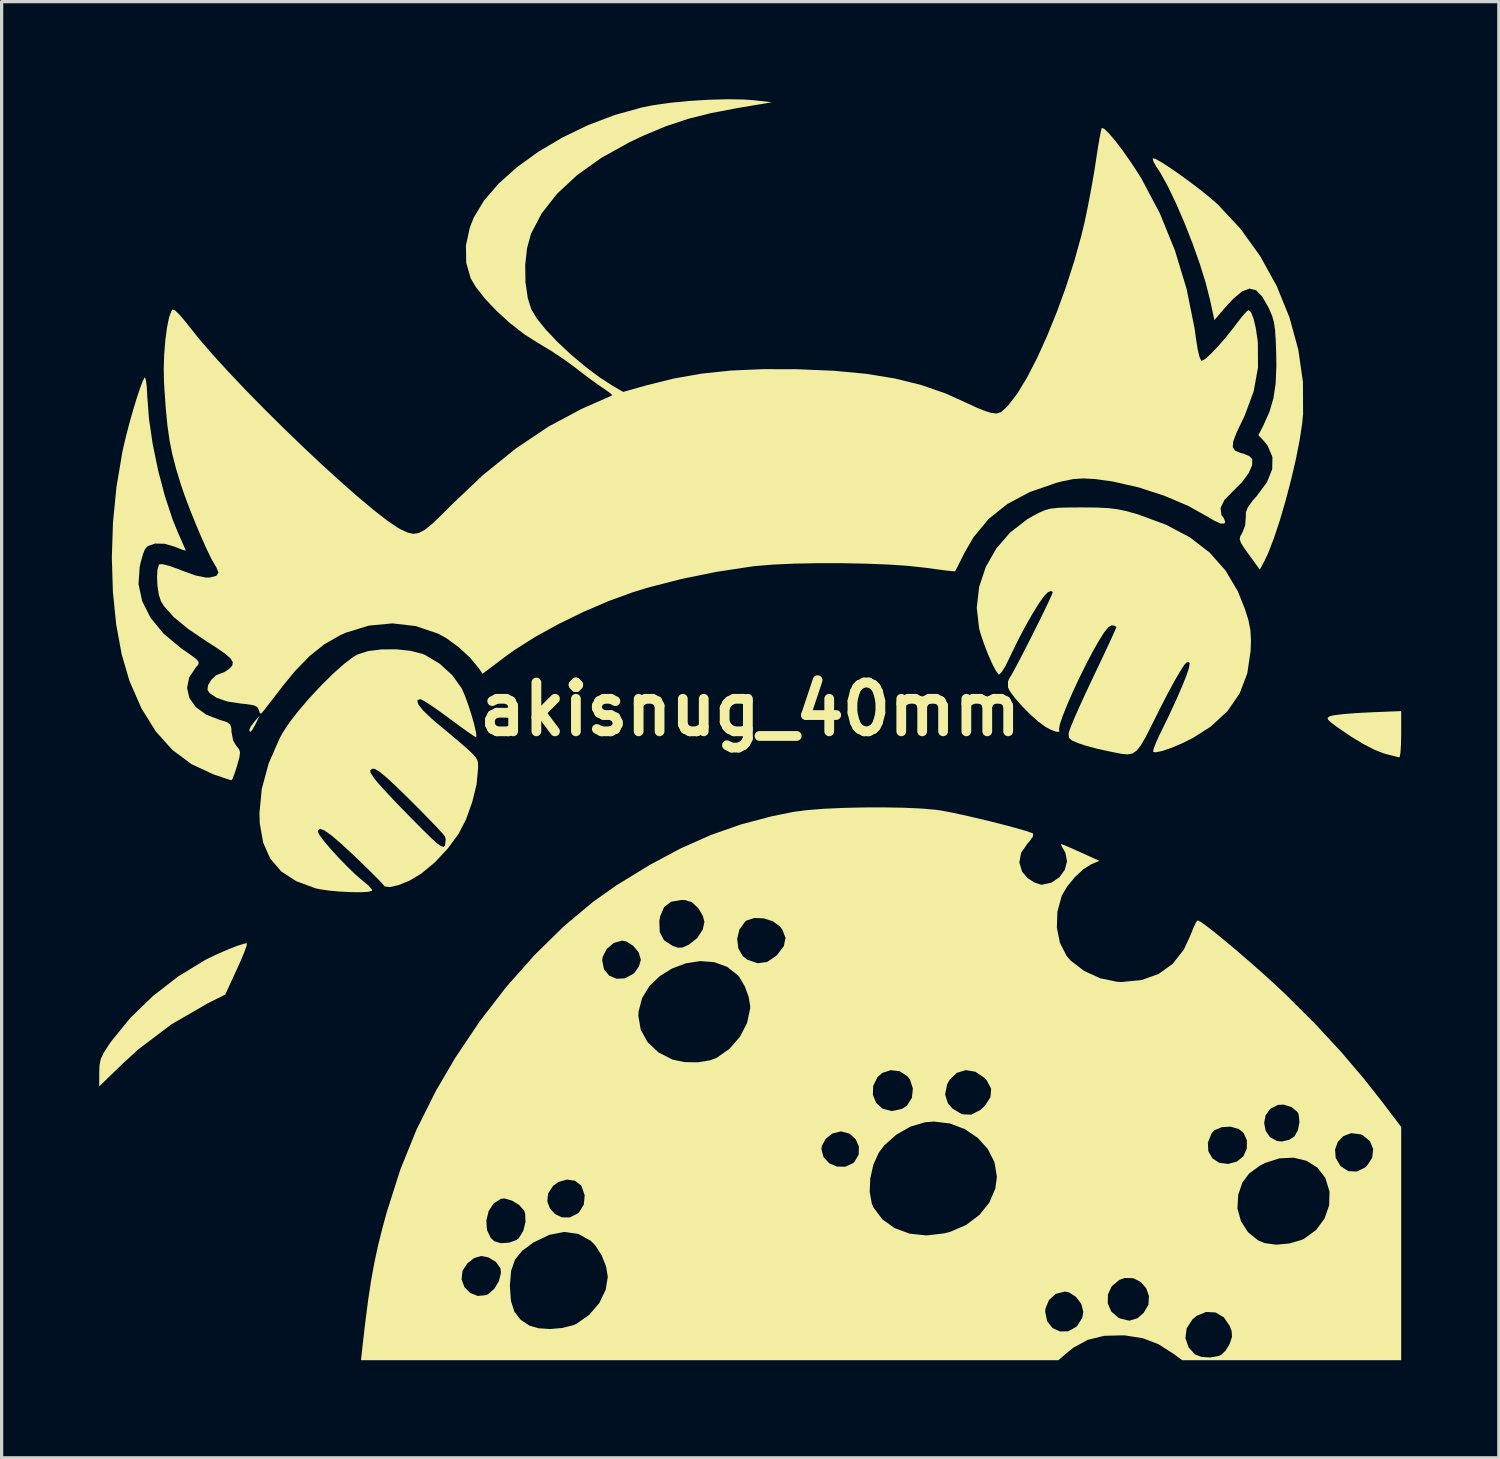
<source format=kicad_pcb>
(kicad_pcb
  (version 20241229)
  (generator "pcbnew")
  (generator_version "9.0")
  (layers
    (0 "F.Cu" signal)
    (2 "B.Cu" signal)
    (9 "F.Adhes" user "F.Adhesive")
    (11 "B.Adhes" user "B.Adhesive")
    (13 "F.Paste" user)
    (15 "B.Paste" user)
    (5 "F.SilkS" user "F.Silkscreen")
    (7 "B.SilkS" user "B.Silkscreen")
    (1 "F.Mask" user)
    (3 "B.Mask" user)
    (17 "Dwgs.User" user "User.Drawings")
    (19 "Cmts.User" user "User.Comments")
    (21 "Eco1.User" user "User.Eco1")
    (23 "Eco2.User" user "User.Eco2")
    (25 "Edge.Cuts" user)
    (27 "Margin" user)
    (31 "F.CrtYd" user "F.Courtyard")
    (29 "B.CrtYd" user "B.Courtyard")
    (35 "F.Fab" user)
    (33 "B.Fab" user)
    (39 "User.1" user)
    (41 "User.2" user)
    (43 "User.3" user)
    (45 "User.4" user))
  (footprint "akisnug_40mm"
    (layer "F.Cu")
    (at 20.007 18.748)
    (property "Reference" "akisnug_40mm" (at 0 0 0) (layer "F.SilkS") (effects (font (size 1.5 1.5) (thickness 0.3))))
    (attr board_only exclude_from_pos_files exclude_from_bom)
    (fp_poly (pts (xy -15.199 0.449) (xy -15.307 0.642) (xy -15.375 0.702) (xy -15.396 0.634) (xy -15.35 0.531) (xy -15.237 0.381) (xy -15.236 0.38) (xy -15.076 0.195)) (stroke (width 0) (type solid)) (fill yes) (layer "F.SilkS"))
    (fp_poly (pts (xy 20.007 0.771) (xy 20.001 1.082) (xy 19.986 1.323) (xy 19.963 1.46) (xy 19.949 1.478) (xy 19.846 1.455) (xy 19.644 1.403) (xy 19.475 1.358) (xy 19.2 1.252) (xy 18.848 1.071) (xy 18.465 0.839) (xy 18.353 0.764) (xy 18.046 0.553) (xy 17.854 0.411) (xy 17.759 0.32) (xy 17.746 0.263) (xy 17.799 0.224) (xy 17.83 0.21) (xy 17.977 0.179) (xy 18.243 0.148) (xy 18.592 0.12) (xy 18.985 0.099) (xy 19.011 0.097) (xy 20.007 0.057)) (stroke (width 0) (type solid)) (fill yes) (layer "F.SilkS"))
    (fp_poly (pts (xy -15.475 7.256) (xy -15.537 7.435) (xy -15.645 7.698) (xy -15.771 7.979) (xy -16.134 8.768) (xy -16.683 9.044) (xy -17.787 9.683) (xy -18.802 10.45) (xy -19.27 10.877) (xy -20.007 11.59) (xy -20.007 11.161) (xy -19.998 10.933) (xy -19.959 10.748) (xy -19.869 10.557) (xy -19.709 10.31) (xy -19.626 10.192) (xy -19.048 9.482) (xy -18.352 8.81) (xy -17.577 8.209) (xy -16.762 7.713) (xy -16.667 7.663) (xy -16.352 7.513) (xy -16.032 7.375) (xy -15.748 7.265) (xy -15.539 7.201) (xy -15.47 7.19)) (stroke (width 0) (type solid)) (fill yes) (layer "F.SilkS"))
    (fp_poly (pts (xy 12.457 -16.913) (xy 12.636 -16.813) (xy 12.889 -16.651) (xy 13.188 -16.444) (xy 13.509 -16.21) (xy 13.828 -15.968) (xy 14.118 -15.734) (xy 14.357 -15.526) (xy 14.367 -15.516) (xy 15.07 -14.765) (xy 15.677 -13.92) (xy 16.182 -13.005) (xy 16.574 -12.041) (xy 16.845 -11.051) (xy 16.988 -10.057) (xy 16.992 -9.081) (xy 16.965 -8.792) (xy 16.886 -8.271) (xy 16.769 -7.677) (xy 16.622 -7.046) (xy 16.455 -6.411) (xy 16.277 -5.803) (xy 16.096 -5.258) (xy 15.923 -4.809) (xy 15.801 -4.549) (xy 15.662 -4.292) (xy 15.393 -4.661) (xy 15.2 -4.928) (xy 15.088 -5.102) (xy 15.045 -5.219) (xy 15.059 -5.311) (xy 15.118 -5.413) (xy 15.126 -5.426) (xy 15.212 -5.652) (xy 15.23 -5.886) (xy 15.234 -6.052) (xy 15.295 -6.209) (xy 15.434 -6.401) (xy 15.574 -6.562) (xy 15.884 -6.981) (xy 16.043 -7.379) (xy 16.05 -7.752) (xy 15.905 -8.097) (xy 15.78 -8.253) (xy 15.619 -8.424) (xy 15.774 -8.728) (xy 15.957 -9.137) (xy 16.079 -9.549) (xy 16.148 -10.006) (xy 16.171 -10.548) (xy 16.166 -10.929) (xy 16.151 -11.356) (xy 16.13 -11.666) (xy 16.095 -11.897) (xy 16.041 -12.089) (xy 15.96 -12.28) (xy 15.924 -12.355) (xy 15.734 -12.686) (xy 15.545 -12.878) (xy 15.343 -12.929) (xy 15.114 -12.84) (xy 14.841 -12.612) (xy 14.603 -12.353) (xy 14.266 -11.961) (xy 14.134 -12.574) (xy 14.001 -13.099) (xy 13.816 -13.693) (xy 13.593 -14.321) (xy 13.346 -14.95) (xy 13.088 -15.546) (xy 12.834 -16.075) (xy 12.596 -16.504) (xy 12.486 -16.671) (xy 12.394 -16.828) (xy 12.37 -16.927) (xy 12.374 -16.933)) (stroke (width 0) (type solid)) (fill yes) (layer "F.SilkS"))
    (fp_poly (pts (xy -18.571 -10.109) (xy -18.546 -9.907) (xy -18.532 -9.636) (xy -18.532 -9.635) (xy -18.479 -8.931) (xy -18.364 -8.148) (xy -18.196 -7.335) (xy -17.987 -6.544) (xy -17.749 -5.824) (xy -17.576 -5.401) (xy -17.464 -5.151) (xy -17.383 -4.964) (xy -17.35 -4.878) (xy -17.35 -4.877) (xy -17.414 -4.889) (xy -17.577 -4.95) (xy -17.683 -4.994) (xy -18 -5.086) (xy -18.289 -5.093) (xy -18.51 -5.018) (xy -18.602 -4.921) (xy -18.663 -4.763) (xy -18.731 -4.522) (xy -18.762 -4.385) (xy -18.8 -3.849) (xy -18.687 -3.321) (xy -18.429 -2.809) (xy -18.032 -2.326) (xy -17.501 -1.882) (xy -17.441 -1.839) (xy -17.173 -1.654) (xy -17.016 -1.533) (xy -16.951 -1.451) (xy -16.959 -1.382) (xy -17.023 -1.304) (xy -17.032 -1.295) (xy -17.243 -0.979) (xy -17.308 -0.656) (xy -17.236 -0.344) (xy -17.036 -0.062) (xy -16.715 0.169) (xy -16.313 0.324) (xy -16.092 0.392) (xy -15.983 0.464) (xy -15.947 0.582) (xy -15.943 0.695) (xy -15.892 0.961) (xy -15.792 1.128) (xy -15.71 1.227) (xy -15.679 1.325) (xy -15.698 1.471) (xy -15.765 1.715) (xy -15.772 1.739) (xy -15.848 1.976) (xy -15.911 2.137) (xy -15.943 2.184) (xy -16.031 2.158) (xy -16.226 2.093) (xy -16.485 2.005) (xy -16.498 2) (xy -17.166 1.691) (xy -17.756 1.253) (xy -18.269 0.682) (xy -18.708 -0.024) (xy -19.077 -0.867) (xy -19.078 -0.87) (xy -19.315 -1.678) (xy -19.485 -2.598) (xy -19.587 -3.602) (xy -19.62 -4.663) (xy -19.584 -5.75) (xy -19.477 -6.835) (xy -19.299 -7.89) (xy -19.265 -8.05) (xy -19.177 -8.42) (xy -19.074 -8.815) (xy -18.962 -9.207) (xy -18.852 -9.569) (xy -18.751 -9.872) (xy -18.669 -10.09) (xy -18.613 -10.195) (xy -18.6 -10.199)) (stroke (width 0) (type solid)) (fill yes) (layer "F.SilkS"))
    (fp_poly (pts (xy -10.431 -1.794) (xy -10.06 -1.697) (xy -9.994 -1.669) (xy -9.542 -1.398) (xy -9.153 -1.042) (xy -8.87 -0.645) (xy -8.853 -0.612) (xy -8.76 -0.396) (xy -8.661 -0.122) (xy -8.566 0.174) (xy -8.486 0.455) (xy -8.432 0.686) (xy -8.413 0.829) (xy -8.426 0.859) (xy -8.506 0.815) (xy -8.684 0.693) (xy -8.935 0.514) (xy -9.233 0.293) (xy -9.26 0.273) (xy -9.567 0.049) (xy -9.834 -0.135) (xy -10.035 -0.262) (xy -10.142 -0.312) (xy -10.145 -0.313) (xy -10.234 -0.27) (xy -10.201 -0.149) (xy -10.054 0.038) (xy -9.8 0.282) (xy -9.691 0.375) (xy -9.26 0.735) (xy -8.934 1.009) (xy -8.698 1.214) (xy -8.537 1.365) (xy -8.438 1.478) (xy -8.386 1.568) (xy -8.366 1.652) (xy -8.363 1.746) (xy -8.364 1.822) (xy -8.409 2.305) (xy -8.542 2.847) (xy -8.736 3.391) (xy -8.966 3.834) (xy -9.299 4.286) (xy -9.694 4.707) (xy -10.115 5.056) (xy -10.476 5.271) (xy -10.815 5.407) (xy -11.074 5.466) (xy -11.233 5.445) (xy -11.267 5.406) (xy -11.33 5.332) (xy -11.487 5.171) (xy -11.717 4.943) (xy -12 4.668) (xy -12.169 4.507) (xy -12.568 4.136) (xy -12.871 3.877) (xy -13.086 3.725) (xy -13.22 3.675) (xy -13.28 3.722) (xy -13.285 3.771) (xy -13.232 3.877) (xy -13.091 4.064) (xy -12.886 4.304) (xy -12.643 4.57) (xy -12.387 4.834) (xy -12.142 5.071) (xy -11.934 5.251) (xy -11.911 5.269) (xy -11.733 5.419) (xy -11.631 5.534) (xy -11.621 5.577) (xy -11.734 5.61) (xy -11.962 5.624) (xy -12.266 5.621) (xy -12.604 5.604) (xy -12.938 5.574) (xy -13.227 5.532) (xy -13.362 5.502) (xy -13.952 5.285) (xy -14.414 4.984) (xy -14.751 4.591) (xy -14.969 4.1) (xy -15.073 3.505) (xy -15.084 3.203) (xy -15.012 2.45) (xy -14.856 1.872) (xy -11.678 1.872) (xy -11.668 1.952) (xy -11.568 2.108) (xy -11.556 2.125) (xy -11.442 2.263) (xy -11.241 2.488) (xy -10.973 2.774) (xy -10.661 3.099) (xy -10.409 3.357) (xy -10.059 3.709) (xy -9.801 3.961) (xy -9.62 4.123) (xy -9.501 4.209) (xy -9.43 4.231) (xy -9.389 4.2) (xy -9.38 4.181) (xy -9.358 4.001) (xy -9.383 3.908) (xy -9.457 3.817) (xy -9.623 3.636) (xy -9.863 3.386) (xy -10.158 3.086) (xy -10.46 2.783) (xy -10.856 2.395) (xy -11.158 2.115) (xy -11.377 1.932) (xy -11.522 1.839) (xy -11.604 1.825) (xy -11.678 1.872) (xy -14.856 1.872) (xy -14.802 1.67) (xy -14.462 0.893) (xy -14.375 0.733) (xy -14.169 0.416) (xy -13.883 0.048) (xy -13.546 -0.345) (xy -13.181 -0.735) (xy -12.817 -1.095) (xy -12.478 -1.397) (xy -12.192 -1.613) (xy -12.073 -1.682) (xy -11.748 -1.786) (xy -11.329 -1.839) (xy -10.872 -1.842)) (stroke (width 0) (type solid)) (fill yes) (layer "F.SilkS"))
    (fp_poly (pts (xy 10.652 -6.199) (xy 11.001 -6.182) (xy 11.29 -6.147) (xy 11.57 -6.087) (xy 11.889 -5.997) (xy 11.916 -5.989) (xy 12.782 -5.67) (xy 13.514 -5.282) (xy 14.119 -4.816) (xy 14.608 -4.264) (xy 14.989 -3.62) (xy 15.206 -3.079) (xy 15.316 -2.723) (xy 15.373 -2.429) (xy 15.39 -2.12) (xy 15.38 -1.798) (xy 15.277 -1.102) (xy 15.04 -0.483) (xy 14.666 0.061) (xy 14.154 0.533) (xy 13.599 0.886) (xy 13.265 1.052) (xy 12.943 1.188) (xy 12.665 1.282) (xy 12.466 1.324) (xy 12.382 1.31) (xy 12.395 1.226) (xy 12.467 1.037) (xy 12.584 0.778) (xy 12.646 0.653) (xy 12.876 0.18) (xy 13.089 -0.28) (xy 13.27 -0.694) (xy 13.406 -1.033) (xy 13.483 -1.265) (xy 13.484 -1.271) (xy 13.508 -1.419) (xy 13.463 -1.453) (xy 13.407 -1.437) (xy 13.334 -1.354) (xy 13.205 -1.153) (xy 13.033 -0.855) (xy 12.831 -0.483) (xy 12.613 -0.059) (xy 12.578 0.01) (xy 12.337 0.493) (xy 12.153 0.855) (xy 12.005 1.11) (xy 11.876 1.273) (xy 11.745 1.361) (xy 11.594 1.388) (xy 11.404 1.369) (xy 11.155 1.32) (xy 10.981 1.284) (xy 10.644 1.209) (xy 10.314 1.12) (xy 10.094 1.048) (xy 9.887 0.96) (xy 9.796 0.879) (xy 9.786 0.763) (xy 9.798 0.696) (xy 9.845 0.559) (xy 9.949 0.307) (xy 10.099 -0.035) (xy 10.286 -0.444) (xy 10.497 -0.894) (xy 10.548 -1.003) (xy 10.759 -1.445) (xy 10.945 -1.839) (xy 11.095 -2.164) (xy 11.201 -2.397) (xy 11.251 -2.518) (xy 11.254 -2.529) (xy 11.189 -2.571) (xy 11.11 -2.579) (xy 11.013 -2.527) (xy 10.878 -2.363) (xy 10.697 -2.074) (xy 10.53 -1.778) (xy 10.31 -1.358) (xy 10.096 -0.924) (xy 9.899 -0.499) (xy 9.73 -0.109) (xy 9.598 0.222) (xy 9.515 0.47) (xy 9.491 0.61) (xy 9.496 0.626) (xy 9.499 0.695) (xy 9.397 0.691) (xy 9.22 0.621) (xy 9.072 0.54) (xy 8.856 0.381) (xy 8.606 0.158) (xy 8.355 -0.095) (xy 8.136 -0.344) (xy 7.98 -0.556) (xy 7.924 -0.672) (xy 7.922 -0.854) (xy 7.966 -0.953) (xy 8.031 -1.057) (xy 8.148 -1.27) (xy 8.303 -1.564) (xy 8.483 -1.912) (xy 8.673 -2.287) (xy 8.86 -2.661) (xy 9.03 -3.007) (xy 9.169 -3.298) (xy 9.264 -3.506) (xy 9.3 -3.603) (xy 9.3 -3.605) (xy 9.245 -3.635) (xy 9.15 -3.598) (xy 9.041 -3.49) (xy 8.882 -3.267) (xy 8.687 -2.955) (xy 8.473 -2.58) (xy 8.255 -2.17) (xy 8.049 -1.751) (xy 7.971 -1.585) (xy 7.844 -1.327) (xy 7.73 -1.144) (xy 7.652 -1.066) (xy 7.639 -1.068) (xy 7.555 -1.175) (xy 7.441 -1.391) (xy 7.314 -1.677) (xy 7.19 -1.994) (xy 7.086 -2.301) (xy 7.034 -2.49) (xy 6.963 -3.122) (xy 7.035 -3.756) (xy 7.238 -4.369) (xy 7.561 -4.937) (xy 7.993 -5.437) (xy 8.521 -5.844) (xy 8.694 -5.943) (xy 8.897 -6.049) (xy 9.066 -6.121) (xy 9.237 -6.166) (xy 9.447 -6.19) (xy 9.734 -6.2) (xy 10.136 -6.203) (xy 10.197 -6.203)) (stroke (width 0) (type solid)) (fill yes) (layer "F.SilkS"))
    (fp_poly (pts (xy -0.183 -18.74) (xy 0.118 -18.717) (xy 0.664 -18.655) (xy -0.391 -18.477) (xy -1.204 -18.322) (xy -1.916 -18.143) (xy -2.583 -17.921) (xy -3.261 -17.639) (xy -3.712 -17.426) (xy -4.575 -16.947) (xy -5.318 -16.418) (xy -5.933 -15.846) (xy -6.409 -15.24) (xy -6.737 -14.615) (xy -6.858 -14.172) (xy -6.915 -13.656) (xy -6.907 -13.123) (xy -6.835 -12.629) (xy -6.727 -12.291) (xy -6.557 -12.008) (xy -6.28 -11.665) (xy -5.923 -11.289) (xy -5.512 -10.903) (xy -5.071 -10.532) (xy -4.629 -10.2) (xy -4.247 -9.953) (xy -3.905 -9.753) (xy -3.183 -9.957) (xy -2.345 -10.165) (xy -1.492 -10.315) (xy -0.588 -10.41) (xy 0.399 -10.453) (xy 1.446 -10.45) (xy 2.566 -10.403) (xy 3.558 -10.31) (xy 4.446 -10.166) (xy 5.253 -9.966) (xy 6.002 -9.707) (xy 6.682 -9.399) (xy 6.968 -9.266) (xy 7.24 -9.159) (xy 7.408 -9.108) (xy 7.573 -9.088) (xy 7.704 -9.13) (xy 7.854 -9.261) (xy 7.939 -9.351) (xy 8.214 -9.71) (xy 8.51 -10.198) (xy 8.817 -10.794) (xy 9.125 -11.473) (xy 9.425 -12.212) (xy 9.707 -12.988) (xy 9.961 -13.778) (xy 10.178 -14.559) (xy 10.279 -14.981) (xy 10.38 -15.464) (xy 10.486 -16.021) (xy 10.58 -16.566) (xy 10.626 -16.865) (xy 10.683 -17.235) (xy 10.735 -17.546) (xy 10.778 -17.766) (xy 10.804 -17.864) (xy 10.806 -17.866) (xy 10.881 -17.839) (xy 11.022 -17.703) (xy 11.214 -17.477) (xy 11.437 -17.185) (xy 11.676 -16.847) (xy 11.914 -16.485) (xy 12.033 -16.293) (xy 12.588 -15.245) (xy 13.053 -14.103) (xy 13.415 -12.906) (xy 13.658 -11.698) (xy 13.694 -11.438) (xy 13.749 -11.077) (xy 13.807 -10.83) (xy 13.862 -10.713) (xy 13.877 -10.707) (xy 13.983 -10.765) (xy 14.158 -10.923) (xy 14.38 -11.155) (xy 14.623 -11.436) (xy 14.865 -11.739) (xy 14.955 -11.86) (xy 15.117 -12.07) (xy 15.249 -12.218) (xy 15.317 -12.27) (xy 15.394 -12.197) (xy 15.472 -11.998) (xy 15.541 -11.702) (xy 15.594 -11.34) (xy 15.602 -11.26) (xy 15.607 -10.507) (xy 15.474 -9.772) (xy 15.199 -9.029) (xy 15.114 -8.851) (xy 14.939 -8.483) (xy 14.844 -8.226) (xy 14.831 -8.056) (xy 14.901 -7.949) (xy 15.055 -7.881) (xy 15.161 -7.855) (xy 15.337 -7.781) (xy 15.429 -7.686) (xy 15.426 -7.497) (xy 15.315 -7.25) (xy 15.114 -6.977) (xy 14.845 -6.71) (xy 14.838 -6.704) (xy 14.574 -6.432) (xy 14.455 -6.185) (xy 14.483 -5.97) (xy 14.552 -5.877) (xy 14.6 -5.758) (xy 14.572 -5.709) (xy 14.461 -5.705) (xy 14.253 -5.8) (xy 14.107 -5.889) (xy 13.469 -6.246) (xy 12.729 -6.561) (xy 11.935 -6.819) (xy 11.141 -7) (xy 10.608 -7.074) (xy 10.244 -7.094) (xy 9.929 -7.074) (xy 9.582 -7.004) (xy 9.41 -6.959) (xy 8.592 -6.676) (xy 7.901 -6.308) (xy 7.328 -5.849) (xy 6.866 -5.292) (xy 6.605 -4.844) (xy 6.469 -4.575) (xy 6.363 -4.366) (xy 6.303 -4.252) (xy 6.296 -4.24) (xy 6.217 -4.243) (xy 6.014 -4.265) (xy 5.717 -4.303) (xy 5.357 -4.352) (xy 5.347 -4.353) (xy 4.852 -4.407) (xy 4.238 -4.448) (xy 3.544 -4.475) (xy 2.807 -4.489) (xy 2.064 -4.489) (xy 1.354 -4.475) (xy 0.713 -4.447) (xy 0.179 -4.403) (xy 0.078 -4.392) (xy -1.024 -4.225) (xy -2.119 -4.003) (xy -3.147 -3.738) (xy -3.612 -3.595) (xy -4.35 -3.326) (xy -5.124 -2.994) (xy -5.891 -2.619) (xy -6.61 -2.222) (xy -7.238 -1.825) (xy -7.494 -1.642) (xy -8.227 -1.089) (xy -8.347 -1.267) (xy -8.613 -1.588) (xy -8.966 -1.912) (xy -9.343 -2.187) (xy -9.59 -2.323) (xy -10.282 -2.557) (xy -10.997 -2.639) (xy -11.719 -2.571) (xy -12.43 -2.353) (xy -12.603 -2.275) (xy -13.083 -2.001) (xy -13.536 -1.641) (xy -13.991 -1.172) (xy -14.344 -0.742) (xy -14.56 -0.463) (xy -14.752 -0.214) (xy -14.892 -0.034) (xy -14.934 0.021) (xy -15.028 0.132) (xy -15.071 0.12) (xy -15.1 0.024) (xy -15.148 -0.065) (xy -15.259 -0.122) (xy -15.47 -0.157) (xy -15.644 -0.174) (xy -16.064 -0.237) (xy -16.396 -0.349) (xy -16.615 -0.497) (xy -16.679 -0.595) (xy -16.663 -0.738) (xy -16.56 -0.907) (xy -16.416 -1.045) (xy -16.29 -1.094) (xy -16.164 -1.14) (xy -16.019 -1.237) (xy -15.92 -1.339) (xy -15.9 -1.441) (xy -15.969 -1.56) (xy -16.142 -1.71) (xy -16.43 -1.909) (xy -16.687 -2.072) (xy -17.276 -2.47) (xy -17.718 -2.834) (xy -18.017 -3.169) (xy -18.11 -3.32) (xy -18.176 -3.518) (xy -18.217 -3.784) (xy -18.231 -4.063) (xy -18.216 -4.302) (xy -18.169 -4.447) (xy -18.162 -4.454) (xy -18.06 -4.458) (xy -17.849 -4.405) (xy -17.562 -4.301) (xy -17.485 -4.27) (xy -17.057 -4.114) (xy -16.739 -4.048) (xy -16.606 -4.049) (xy -16.403 -4.102) (xy -16.343 -4.206) (xy -16.418 -4.382) (xy -16.446 -4.423) (xy -16.555 -4.613) (xy -16.702 -4.915) (xy -16.873 -5.297) (xy -17.053 -5.723) (xy -17.228 -6.159) (xy -17.383 -6.571) (xy -17.497 -6.904) (xy -17.645 -7.39) (xy -17.759 -7.828) (xy -17.845 -8.257) (xy -17.911 -8.715) (xy -17.962 -9.241) (xy -18.006 -9.876) (xy -18.016 -10.043) (xy -18.025 -10.469) (xy -18.01 -10.915) (xy -17.975 -11.35) (xy -17.923 -11.738) (xy -17.859 -12.049) (xy -17.785 -12.247) (xy -17.757 -12.285) (xy -17.68 -12.26) (xy -17.534 -12.121) (xy -17.337 -11.887) (xy -17.253 -11.778) (xy -16.925 -11.368) (xy -16.514 -10.893) (xy -16.036 -10.369) (xy -15.505 -9.81) (xy -14.937 -9.23) (xy -14.346 -8.645) (xy -13.748 -8.067) (xy -13.157 -7.513) (xy -12.589 -6.995) (xy -12.059 -6.53) (xy -11.582 -6.13) (xy -11.173 -5.811) (xy -10.846 -5.587) (xy -10.73 -5.522) (xy -10.53 -5.43) (xy -10.357 -5.391) (xy -10.188 -5.416) (xy -10 -5.516) (xy -9.77 -5.702) (xy -9.474 -5.986) (xy -9.227 -6.236) (xy -8.226 -7.187) (xy -7.212 -8.008) (xy -6.196 -8.69) (xy -5.189 -9.227) (xy -5.009 -9.308) (xy -4.697 -9.444) (xy -4.445 -9.556) (xy -4.283 -9.629) (xy -4.238 -9.651) (xy -4.285 -9.699) (xy -4.427 -9.805) (xy -4.551 -9.888) (xy -4.779 -10.047) (xy -5.069 -10.261) (xy -5.363 -10.487) (xy -5.393 -10.511) (xy -5.716 -10.748) (xy -6.103 -11.005) (xy -6.477 -11.231) (xy -6.526 -11.259) (xy -6.943 -11.525) (xy -7.375 -11.861) (xy -7.789 -12.237) (xy -8.155 -12.622) (xy -8.44 -12.987) (xy -8.59 -13.244) (xy -8.728 -13.719) (xy -8.737 -14.249) (xy -8.619 -14.801) (xy -8.498 -15.109) (xy -8.182 -15.634) (xy -7.731 -16.156) (xy -7.165 -16.662) (xy -6.505 -17.138) (xy -5.771 -17.572) (xy -4.985 -17.952) (xy -4.166 -18.263) (xy -3.336 -18.494) (xy -2.979 -18.565) (xy -2.466 -18.638) (xy -1.882 -18.695) (xy -1.275 -18.732) (xy -0.693 -18.748)) (stroke (width 0) (type solid)) (fill yes) (layer "F.SilkS"))
    (fp_poly (pts (xy 4.726 3.027) (xy 5.273 3.052) (xy 5.716 3.091) (xy 5.862 3.112) (xy 6.157 3.167) (xy 6.526 3.246) (xy 6.938 3.34) (xy 7.366 3.443) (xy 7.779 3.548) (xy 8.148 3.646) (xy 8.444 3.731) (xy 8.639 3.795) (xy 8.699 3.824) (xy 8.689 3.911) (xy 8.587 4.057) (xy 8.524 4.125) (xy 8.326 4.411) (xy 8.271 4.71) (xy 8.358 4.995) (xy 8.525 5.19) (xy 8.73 5.322) (xy 8.929 5.39) (xy 8.962 5.393) (xy 9.257 5.33) (xy 9.5 5.166) (xy 9.668 4.935) (xy 9.738 4.672) (xy 9.687 4.41) (xy 9.652 4.349) (xy 9.57 4.207) (xy 9.552 4.143) (xy 9.555 4.142) (xy 9.639 4.172) (xy 9.828 4.252) (xy 10.086 4.367) (xy 10.162 4.401) (xy 10.732 4.66) (xy 10.486 4.762) (xy 10.242 4.914) (xy 9.979 5.158) (xy 9.743 5.444) (xy 9.58 5.721) (xy 9.575 5.733) (xy 9.441 6.221) (xy 9.424 6.715) (xy 9.519 7.179) (xy 9.721 7.576) (xy 9.849 7.726) (xy 10.264 8.044) (xy 10.76 8.269) (xy 11.279 8.377) (xy 11.409 8.383) (xy 12.023 8.324) (xy 12.55 8.137) (xy 12.985 7.824) (xy 13.326 7.388) (xy 13.523 6.966) (xy 13.62 6.722) (xy 13.702 6.549) (xy 13.751 6.487) (xy 13.849 6.537) (xy 14.042 6.676) (xy 14.312 6.887) (xy 14.64 7.155) (xy 15.005 7.463) (xy 15.388 7.794) (xy 15.771 8.133) (xy 16.133 8.462) (xy 16.456 8.766) (xy 16.482 8.792) (xy 17.372 9.68) (xy 18.157 10.527) (xy 18.872 11.367) (xy 19.373 12.003) (xy 20.007 12.837) (xy 20.007 16.422) (xy 20.007 20.007) (xy 16.642 20.007) (xy 13.276 20.007) (xy 13.027 19.821) (xy 12.546 19.514) (xy 12.065 19.33) (xy 12.045 19.327) (xy 13.376 19.327) (xy 13.476 19.617) (xy 13.67 19.829) (xy 13.867 19.905) (xy 14.131 19.922) (xy 14.387 19.88) (xy 14.47 19.845) (xy 14.606 19.717) (xy 14.729 19.518) (xy 14.74 19.493) (xy 14.808 19.284) (xy 14.795 19.109) (xy 14.74 18.959) (xy 14.556 18.688) (xy 14.302 18.54) (xy 14.014 18.523) (xy 13.725 18.642) (xy 13.593 18.751) (xy 13.414 19.026) (xy 13.376 19.327) (xy 12.045 19.327) (xy 11.525 19.246) (xy 11.479 19.242) (xy 10.88 19.256) (xy 10.373 19.381) (xy 9.93 19.623) (xy 9.787 19.736) (xy 9.471 20.007) (xy -1.246 20.007) (xy -11.963 20.007) (xy -11.922 19.636) (xy -11.829 18.828) (xy -11.74 18.142) (xy -11.649 17.544) (xy -11.645 17.521) (xy -8.872 17.521) (xy -8.783 17.759) (xy -8.607 17.939) (xy -8.376 18.032) (xy -8.122 18.008) (xy -8.054 17.977) (xy -7.864 17.811) (xy -7.819 17.735) (xy -7.386 17.735) (xy -7.354 18.184) (xy -7.248 18.517) (xy -7.054 18.765) (xy -6.782 18.945) (xy -6.505 19.025) (xy -6.146 19.048) (xy -5.768 19.015) (xy -5.434 18.929) (xy -5.339 18.887) (xy -4.947 18.612) (xy -4.871 18.522) (xy 9.066 18.522) (xy 9.128 18.811) (xy 9.291 19.017) (xy 9.519 19.124) (xy 9.774 19.118) (xy 10.02 18.981) (xy 10.046 18.956) (xy 10.206 18.704) (xy 10.238 18.522) (xy 10.174 18.275) (xy 10.164 18.261) (xy 10.989 18.261) (xy 11.098 18.513) (xy 11.32 18.702) (xy 11.365 18.724) (xy 11.651 18.792) (xy 11.899 18.719) (xy 12.094 18.551) (xy 12.238 18.3) (xy 12.256 18.038) (xy 12.17 17.795) (xy 12.001 17.601) (xy 11.774 17.486) (xy 11.508 17.48) (xy 11.343 17.54) (xy 11.111 17.734) (xy 10.993 17.988) (xy 10.989 18.261) (xy 10.164 18.261) (xy 10.013 18.059) (xy 9.797 17.921) (xy 9.666 17.897) (xy 9.391 17.968) (xy 9.182 18.155) (xy 9.074 18.423) (xy 9.066 18.522) (xy -4.871 18.522) (xy -4.64 18.252) (xy -4.442 17.843) (xy -4.377 17.443) (xy -4.43 17.123) (xy -4.569 16.778) (xy -4.762 16.476) (xy -4.902 16.335) (xy -5.286 16.125) (xy -5.71 16.064) (xy -6.172 16.153) (xy -6.666 16.391) (xy -6.673 16.396) (xy -7.013 16.646) (xy -7.231 16.92) (xy -7.348 17.258) (xy -7.385 17.698) (xy -7.386 17.735) (xy -7.819 17.735) (xy -7.723 17.572) (xy -7.66 17.323) (xy -7.675 17.184) (xy -7.814 16.986) (xy -8.047 16.846) (xy -8.271 16.803) (xy -8.487 16.869) (xy -8.696 17.034) (xy -8.838 17.252) (xy -8.84 17.255) (xy -8.872 17.521) (xy -11.645 17.521) (xy -11.55 17.002) (xy -11.438 16.481) (xy -11.304 15.947) (xy -11.241 15.714) (xy -8.11 15.714) (xy -8.091 16.002) (xy -7.975 16.248) (xy -7.862 16.352) (xy -7.662 16.41) (xy -7.41 16.394) (xy -7.184 16.312) (xy -7.116 16.26) (xy -6.977 16.039) (xy -6.906 15.761) (xy -6.917 15.498) (xy -6.951 15.405) (xy -7.102 15.235) (xy -7.282 15.125) (xy -6.236 15.125) (xy -6.156 15.344) (xy -5.998 15.516) (xy -5.787 15.616) (xy -5.547 15.619) (xy -5.305 15.499) (xy -5.261 15.461) (xy -5.114 15.225) (xy -5.087 14.94) (xy -5.123 14.833) (xy 3.672 14.833) (xy 3.737 15.194) (xy 3.783 15.304) (xy 4.059 15.675) (xy 4.439 15.948) (xy 4.9 16.117) (xy 5.419 16.172) (xy 5.972 16.107) (xy 6.148 16.061) (xy 6.637 15.85) (xy 7.044 15.542) (xy 7.204 15.343) (xy 14.975 15.343) (xy 15.083 15.735) (xy 15.3 16.073) (xy 15.608 16.322) (xy 15.812 16.408) (xy 16.164 16.456) (xy 16.568 16.42) (xy 16.946 16.309) (xy 17.03 16.269) (xy 17.395 16.002) (xy 17.653 15.65) (xy 17.793 15.246) (xy 17.804 14.821) (xy 17.676 14.406) (xy 17.674 14.402) (xy 17.432 14.087) (xy 17.098 13.878) (xy 16.701 13.782) (xy 16.267 13.802) (xy 15.823 13.945) (xy 15.661 14.03) (xy 15.334 14.268) (xy 15.125 14.55) (xy 14.997 14.926) (xy 14.996 14.931) (xy 14.975 15.343) (xy 7.204 15.343) (xy 7.349 15.161) (xy 7.534 14.729) (xy 7.581 14.368) (xy 7.508 13.922) (xy 7.303 13.517) (xy 7.121 13.315) (xy 14.066 13.315) (xy 14.079 13.583) (xy 14.203 13.8) (xy 14.413 13.939) (xy 14.687 13.975) (xy 14.958 13.901) (xy 15.159 13.737) (xy 15.25 13.531) (xy 17.974 13.531) (xy 17.994 13.789) (xy 18.141 14.038) (xy 18.145 14.043) (xy 18.382 14.196) (xy 18.648 14.208) (xy 18.905 14.079) (xy 18.956 14.032) (xy 19.118 13.78) (xy 19.145 13.513) (xy 19.045 13.271) (xy 18.826 13.093) (xy 18.752 13.062) (xy 18.469 13.029) (xy 18.231 13.118) (xy 18.06 13.296) (xy 17.974 13.531) (xy 15.25 13.531) (xy 15.262 13.504) (xy 15.265 13.25) (xy 15.164 13.024) (xy 15.018 12.902) (xy 14.766 12.829) (xy 14.496 12.844) (xy 14.271 12.936) (xy 14.186 13.023) (xy 14.066 13.315) (xy 7.121 13.315) (xy 6.992 13.172) (xy 6.596 12.904) (xy 6.14 12.731) (xy 6.031 12.718) (xy 15.795 12.718) (xy 15.841 12.954) (xy 15.973 13.15) (xy 16.188 13.268) (xy 16.334 13.286) (xy 16.564 13.233) (xy 16.725 13.13) (xy 16.834 12.937) (xy 16.881 12.684) (xy 16.855 12.451) (xy 16.821 12.38) (xy 16.643 12.23) (xy 16.396 12.152) (xy 16.217 12.16) (xy 15.979 12.283) (xy 15.839 12.482) (xy 15.795 12.718) (xy 6.031 12.718) (xy 5.647 12.672) (xy 5.374 12.693) (xy 4.926 12.827) (xy 4.491 13.075) (xy 4.123 13.401) (xy 3.952 13.629) (xy 3.785 13.997) (xy 3.69 14.416) (xy 3.672 14.833) (xy -5.123 14.833) (xy -5.182 14.662) (xy -5.202 14.632) (xy -5.387 14.49) (xy -5.634 14.455) (xy -5.892 14.528) (xy -6.06 14.65) (xy -6.213 14.886) (xy -6.236 15.125) (xy -7.282 15.125) (xy -7.322 15.101) (xy -7.547 15.036) (xy -7.661 15.045) (xy -7.888 15.19) (xy -8.04 15.428) (xy -8.11 15.714) (xy -11.241 15.714) (xy -11.164 15.435) (xy -10.75 14.139) (xy -10.499 13.52) (xy 2.188 13.52) (xy 2.255 13.77) (xy 2.429 13.954) (xy 2.666 14.056) (xy 2.924 14.06) (xy 3.162 13.949) (xy 3.204 13.911) (xy 3.334 13.688) (xy 3.34 13.442) (xy 3.24 13.213) (xy 3.053 13.043) (xy 2.797 12.974) (xy 2.785 12.974) (xy 2.529 13.038) (xy 2.319 13.203) (xy 2.2 13.426) (xy 2.188 13.52) (xy -10.499 13.52) (xy -10.255 12.918) (xy -9.722 11.853) (xy 3.77 11.853) (xy 3.871 12.098) (xy 4.066 12.275) (xy 4.34 12.348) (xy 4.358 12.348) (xy 4.667 12.282) (xy 4.821 12.178) (xy 4.97 11.941) (xy 4.98 11.841) (xy 5.989 11.841) (xy 6.078 12.115) (xy 6.224 12.279) (xy 6.508 12.448) (xy 6.792 12.46) (xy 7.072 12.317) (xy 7.21 12.188) (xy 7.385 11.921) (xy 7.405 11.663) (xy 7.269 11.406) (xy 7.196 11.326) (xy 6.919 11.14) (xy 6.626 11.091) (xy 6.352 11.174) (xy 6.13 11.384) (xy 6.051 11.53) (xy 5.989 11.841) (xy 4.98 11.841) (xy 5 11.658) (xy 4.911 11.384) (xy 4.832 11.279) (xy 4.595 11.126) (xy 4.319 11.092) (xy 4.057 11.177) (xy 3.913 11.304) (xy 3.779 11.576) (xy 3.77 11.853) (xy -9.722 11.853) (xy -9.657 11.723) (xy -9.07 10.721) (xy -8.319 9.6) (xy -8.184 9.424) (xy -3.438 9.424) (xy -3.364 9.852) (xy -3.152 10.234) (xy -2.821 10.546) (xy -2.388 10.768) (xy -2.384 10.769) (xy -2.02 10.845) (xy -1.613 10.851) (xy -1.234 10.79) (xy -1.032 10.714) (xy -0.635 10.435) (xy -0.314 10.064) (xy -0.095 9.638) (xy -0.002 9.195) (xy -0.000001 9.132) (xy -0.047 8.84) (xy -0.168 8.514) (xy -0.33 8.236) (xy -0.374 8.181) (xy -0.709 7.917) (xy -1.105 7.773) (xy -1.535 7.74) (xy -1.974 7.808) (xy -2.398 7.965) (xy -2.781 8.203) (xy -3.098 8.51) (xy -3.323 8.877) (xy -3.432 9.294) (xy -3.438 9.424) (xy -8.184 9.424) (xy -7.501 8.539) (xy -6.774 7.718) (xy -4.55 7.718) (xy -4.494 7.993) (xy -4.335 8.186) (xy -4.108 8.283) (xy -3.85 8.27) (xy -3.597 8.134) (xy -3.552 8.092) (xy -3.419 7.902) (xy -3.361 7.705) (xy -3.361 7.698) (xy -3.427 7.475) (xy -3.594 7.271) (xy -3.809 7.137) (xy -3.939 7.112) (xy -4.193 7.182) (xy -4.407 7.363) (xy -4.533 7.607) (xy -4.55 7.718) (xy -6.774 7.718) (xy -6.632 7.558) (xy -5.733 6.676) (xy -5.537 6.511) (xy -2.793 6.511) (xy -2.78 6.854) (xy -2.647 7.102) (xy -2.385 7.272) (xy -2.384 7.273) (xy -2.214 7.33) (xy -2.08 7.322) (xy -1.9 7.242) (xy -1.883 7.233) (xy -1.668 7.065) (xy -0.402 7.065) (xy -0.364 7.354) (xy -0.223 7.594) (xy -0.089 7.697) (xy 0.229 7.807) (xy 0.52 7.768) (xy 0.801 7.577) (xy 0.828 7.55) (xy 1.033 7.28) (xy 1.085 7.025) (xy 0.987 6.771) (xy 0.916 6.679) (xy 0.698 6.517) (xy 0.416 6.427) (xy 0.127 6.416) (xy -0.111 6.492) (xy -0.159 6.529) (xy -0.335 6.775) (xy -0.402 7.065) (xy -1.668 7.065) (xy -1.629 7.036) (xy -1.459 6.772) (xy -1.407 6.535) (xy -1.456 6.351) (xy -1.578 6.141) (xy -1.609 6.102) (xy -1.792 5.931) (xy -1.997 5.866) (xy -2.108 5.862) (xy -2.43 5.915) (xy -2.647 6.081) (xy -2.769 6.368) (xy -2.793 6.511) (xy -5.537 6.511) (xy -4.821 5.912) (xy -4.103 5.406) (xy -3.088 4.785) (xy -2.135 4.276) (xy -1.211 3.865) (xy -0.285 3.54) (xy 0.676 3.286) (xy 1.329 3.155) (xy 1.725 3.102) (xy 2.238 3.061) (xy 2.832 3.033) (xy 3.469 3.018) (xy 4.112 3.016)) (stroke (width 0) (type solid)) (fill yes) (layer "F.SilkS")))
  (gr_rect
    (start -3 -3)
    (end 43.015 41.755)
    (stroke (width 0.1) (type default))
    (fill no)
    (layer "Edge.Cuts")))
</source>
